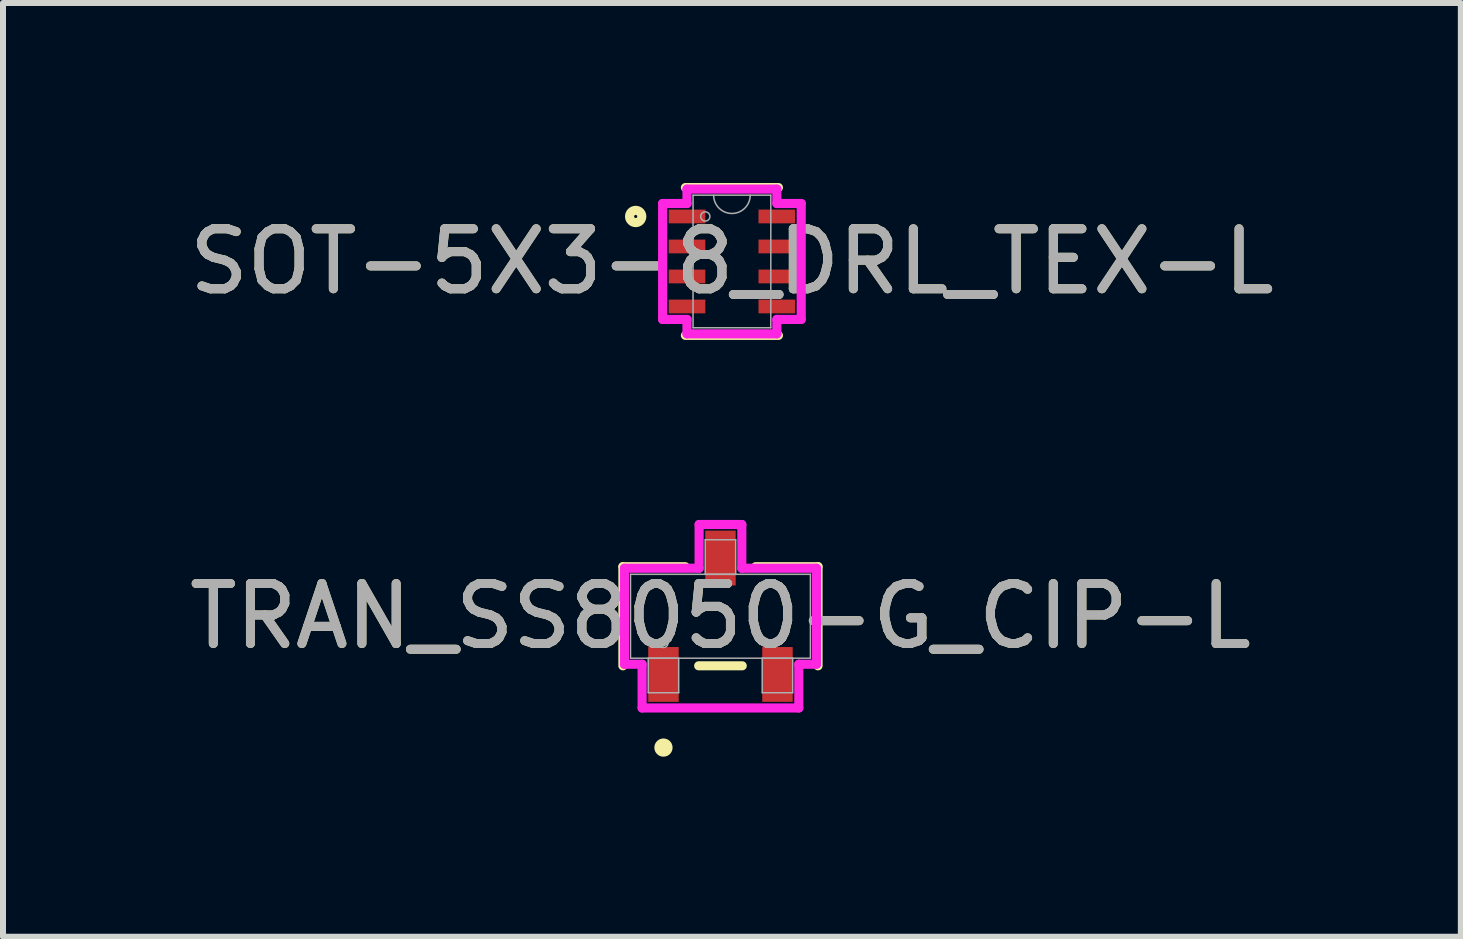
<source format=kicad_pcb>
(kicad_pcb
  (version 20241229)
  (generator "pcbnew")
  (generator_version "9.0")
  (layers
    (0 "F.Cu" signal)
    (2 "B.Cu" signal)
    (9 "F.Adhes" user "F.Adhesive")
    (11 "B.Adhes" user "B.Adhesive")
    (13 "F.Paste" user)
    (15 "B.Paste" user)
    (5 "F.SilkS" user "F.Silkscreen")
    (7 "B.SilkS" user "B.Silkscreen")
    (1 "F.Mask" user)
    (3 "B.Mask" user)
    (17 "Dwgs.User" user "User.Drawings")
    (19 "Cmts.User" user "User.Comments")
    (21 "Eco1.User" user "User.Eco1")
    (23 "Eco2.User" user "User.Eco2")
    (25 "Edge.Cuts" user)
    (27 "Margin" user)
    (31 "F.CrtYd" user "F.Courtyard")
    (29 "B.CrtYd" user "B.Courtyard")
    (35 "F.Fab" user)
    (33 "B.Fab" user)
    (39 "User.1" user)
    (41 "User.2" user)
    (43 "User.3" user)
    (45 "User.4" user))
  (footprint "SOT-5X3-8_DRL_TEX-L"
    (layer "F.Cu")
    (at 9.149 1.308)
    (property "Reference" "SOT-5X3-8_DRL_TEX-L" (at 0 0 0) (unlocked yes) (layer "F.SilkS") (effects (font (size 1 1) (thickness 0.15))))
    (attr smd)
    (fp_line (start -0.775 1.232) (end 0.775 1.232) (stroke (width 0.152) (type solid)) (layer "F.SilkS"))
    (fp_line (start 0.775 -1.232) (end -0.775 -1.232) (stroke (width 0.152) (type solid)) (layer "F.SilkS"))
    (fp_circle (center -1.604 -0.75) (end -1.502 -0.75) (stroke (width 0.152) (type solid)) (fill no) (layer "F.SilkS"))
    (fp_line (start -1.155 -0.966) (end -0.749 -0.966) (stroke (width 0.152) (type solid)) (layer "F.CrtYd"))
    (fp_line (start -1.155 0.966) (end -1.155 -0.966) (stroke (width 0.152) (type solid)) (layer "F.CrtYd"))
    (fp_line (start -1.155 0.966) (end -0.749 0.966) (stroke (width 0.152) (type solid)) (layer "F.CrtYd"))
    (fp_line (start -0.749 -1.206) (end 0.749 -1.206) (stroke (width 0.152) (type solid)) (layer "F.CrtYd"))
    (fp_line (start -0.749 -0.966) (end -0.749 -1.206) (stroke (width 0.152) (type solid)) (layer "F.CrtYd"))
    (fp_line (start -0.749 1.206) (end -0.749 0.966) (stroke (width 0.152) (type solid)) (layer "F.CrtYd"))
    (fp_line (start 0.749 -1.206) (end 0.749 -0.966) (stroke (width 0.152) (type solid)) (layer "F.CrtYd"))
    (fp_line (start 0.749 0.966) (end 0.749 1.206) (stroke (width 0.152) (type solid)) (layer "F.CrtYd"))
    (fp_line (start 0.749 1.206) (end -0.749 1.206) (stroke (width 0.152) (type solid)) (layer "F.CrtYd"))
    (fp_line (start 1.155 -0.966) (end 0.749 -0.966) (stroke (width 0.152) (type solid)) (layer "F.CrtYd"))
    (fp_line (start 1.155 -0.966) (end 1.155 0.966) (stroke (width 0.152) (type solid)) (layer "F.CrtYd"))
    (fp_line (start 1.155 0.966) (end 0.749 0.966) (stroke (width 0.152) (type solid)) (layer "F.CrtYd"))
    (fp_line (start -0.648 -1.105) (end -0.648 1.105) (stroke (width 0.025) (type solid)) (layer "F.Fab"))
    (fp_line (start -0.648 1.105) (end 0.648 1.105) (stroke (width 0.025) (type solid)) (layer "F.Fab"))
    (fp_line (start 0.648 -1.105) (end -0.648 -1.105) (stroke (width 0.025) (type solid)) (layer "F.Fab"))
    (fp_line (start 0.648 1.105) (end 0.648 -1.105) (stroke (width 0.025) (type solid)) (layer "F.Fab"))
    (fp_arc (start 0.3048 -1.1049) (mid 0 -0.8001) (end -0.3048 -1.1049) (stroke (width 0.0254) (type solid)) (layer "F.Fab"))
    (fp_circle (center -0.444 -0.75) (end -0.367 -0.75) (stroke (width 0.025) (type solid)) (fill no) (layer "F.Fab"))
    (fp_text user "${REFERENCE}" (at 0 0 0) (unlocked yes) (layer "F.Fab") (effects (font (size 1 1) (thickness 0.15))))
    (pad "1" smd rect (at -0.748 -0.75) (size 0.61 0.229) (layers "F.Cu" "F.Mask" "F.Paste"))
    (pad "2" smd rect (at -0.748 -0.25) (size 0.61 0.229) (layers "F.Cu" "F.Mask" "F.Paste"))
    (pad "3" smd rect (at -0.748 0.25) (size 0.61 0.229) (layers "F.Cu" "F.Mask" "F.Paste"))
    (pad "4" smd rect (at -0.748 0.75) (size 0.61 0.229) (layers "F.Cu" "F.Mask" "F.Paste"))
    (pad "5" smd rect (at 0.748 0.75) (size 0.61 0.229) (layers "F.Cu" "F.Mask" "F.Paste"))
    (pad "6" smd rect (at 0.748 0.25) (size 0.61 0.229) (layers "F.Cu" "F.Mask" "F.Paste"))
    (pad "7" smd rect (at 0.748 -0.25) (size 0.61 0.229) (layers "F.Cu" "F.Mask" "F.Paste"))
    (pad "8" smd rect (at 0.748 -0.75) (size 0.61 0.229) (layers "F.Cu" "F.Mask" "F.Paste")))
  (footprint "TRAN_SS8050-G_CIP-L"
    (layer "F.Cu")
    (at 8.958 7.221)
    (property "Reference" "TRAN_SS8050-G_CIP-L" (at 0 0 0) (unlocked yes) (layer "F.SilkS") (effects (font (size 1 1) (thickness 0.15))))
    (attr smd)
    (fp_line (start -1.626 -0.826) (end -1.626 0.826) (stroke (width 0.152) (type solid)) (layer "F.SilkS"))
    (fp_line (start -0.587 -0.826) (end -1.626 -0.826) (stroke (width 0.152) (type solid)) (layer "F.SilkS"))
    (fp_line (start -0.363 0.826) (end 0.363 0.826) (stroke (width 0.152) (type solid)) (layer "F.SilkS"))
    (fp_line (start 1.626 -0.826) (end 0.587 -0.826) (stroke (width 0.152) (type solid)) (layer "F.SilkS"))
    (fp_line (start 1.626 0.826) (end 1.626 -0.826) (stroke (width 0.152) (type solid)) (layer "F.SilkS"))
    (fp_circle (center -0.95 2.189) (end -0.874 2.189) (stroke (width 0.152) (type solid)) (fill no) (layer "F.SilkS"))
    (fp_line (start -1.6 -0.8) (end -0.356 -0.8) (stroke (width 0.152) (type solid)) (layer "F.CrtYd"))
    (fp_line (start -1.6 0.8) (end -1.6 -0.8) (stroke (width 0.152) (type solid)) (layer "F.CrtYd"))
    (fp_line (start -1.6 0.8) (end -1.306 0.8) (stroke (width 0.152) (type solid)) (layer "F.CrtYd"))
    (fp_line (start -1.306 0.8) (end -1.306 1.529) (stroke (width 0.152) (type solid)) (layer "F.CrtYd"))
    (fp_line (start -1.306 1.529) (end 1.306 1.529) (stroke (width 0.152) (type solid)) (layer "F.CrtYd"))
    (fp_line (start -0.356 -1.529) (end 0.356 -1.529) (stroke (width 0.152) (type solid)) (layer "F.CrtYd"))
    (fp_line (start -0.356 -0.8) (end -0.356 -1.529) (stroke (width 0.152) (type solid)) (layer "F.CrtYd"))
    (fp_line (start 0.356 -0.8) (end 0.356 -1.529) (stroke (width 0.152) (type solid)) (layer "F.CrtYd"))
    (fp_line (start 1.306 0.8) (end 1.306 1.529) (stroke (width 0.152) (type solid)) (layer "F.CrtYd"))
    (fp_line (start 1.6 -0.8) (end 0.356 -0.8) (stroke (width 0.152) (type solid)) (layer "F.CrtYd"))
    (fp_line (start 1.6 -0.8) (end 1.6 0.8) (stroke (width 0.152) (type solid)) (layer "F.CrtYd"))
    (fp_line (start 1.6 0.8) (end 1.306 0.8) (stroke (width 0.152) (type solid)) (layer "F.CrtYd"))
    (fp_line (start -1.499 -0.699) (end -1.499 0.699) (stroke (width 0.025) (type solid)) (layer "F.Fab"))
    (fp_line (start -1.499 0.699) (end 1.499 0.699) (stroke (width 0.025) (type solid)) (layer "F.Fab"))
    (fp_line (start -1.204 0.699) (end -1.204 1.275) (stroke (width 0.025) (type solid)) (layer "F.Fab"))
    (fp_line (start -1.204 1.275) (end -0.696 1.275) (stroke (width 0.025) (type solid)) (layer "F.Fab"))
    (fp_line (start -0.696 0.699) (end -1.204 0.699) (stroke (width 0.025) (type solid)) (layer "F.Fab"))
    (fp_line (start -0.696 1.275) (end -0.696 0.699) (stroke (width 0.025) (type solid)) (layer "F.Fab"))
    (fp_line (start -0.254 -1.275) (end -0.254 -0.699) (stroke (width 0.025) (type solid)) (layer "F.Fab"))
    (fp_line (start -0.254 -0.699) (end 0.254 -0.699) (stroke (width 0.025) (type solid)) (layer "F.Fab"))
    (fp_line (start 0.254 -1.275) (end -0.254 -1.275) (stroke (width 0.025) (type solid)) (layer "F.Fab"))
    (fp_line (start 0.254 -0.699) (end 0.254 -1.275) (stroke (width 0.025) (type solid)) (layer "F.Fab"))
    (fp_line (start 0.696 0.699) (end 0.696 1.275) (stroke (width 0.025) (type solid)) (layer "F.Fab"))
    (fp_line (start 0.696 1.275) (end 1.204 1.275) (stroke (width 0.025) (type solid)) (layer "F.Fab"))
    (fp_line (start 1.204 0.699) (end 0.696 0.699) (stroke (width 0.025) (type solid)) (layer "F.Fab"))
    (fp_line (start 1.204 1.275) (end 1.204 0.699) (stroke (width 0.025) (type solid)) (layer "F.Fab"))
    (fp_line (start 1.499 -0.699) (end -1.499 -0.699) (stroke (width 0.025) (type solid)) (layer "F.Fab"))
    (fp_line (start 1.499 0.699) (end 1.499 -0.699) (stroke (width 0.025) (type solid)) (layer "F.Fab"))
    (fp_circle (center -0.95 0.445) (end -0.874 0.445) (stroke (width 0.025) (type solid)) (fill no) (layer "F.Fab"))
    (fp_text user "${REFERENCE}" (at 0 0 0) (unlocked yes) (layer "F.Fab") (effects (font (size 1 1) (thickness 0.15))))
    (pad "1" smd rect (at -0.95 0.97) (size 0.508 0.914) (layers "F.Cu" "F.Mask" "F.Paste"))
    (pad "2" smd rect (at 0.95 0.97) (size 0.508 0.914) (layers "F.Cu" "F.Mask" "F.Paste"))
    (pad "3" smd rect (at 0 -0.97) (size 0.508 0.914) (layers "F.Cu" "F.Mask" "F.Paste")))
  (gr_rect
    (start -3 -3)
    (end 21.298 12.563)
    (stroke (width 0.1) (type default))
    (fill no)
    (layer "Edge.Cuts")))
</source>
